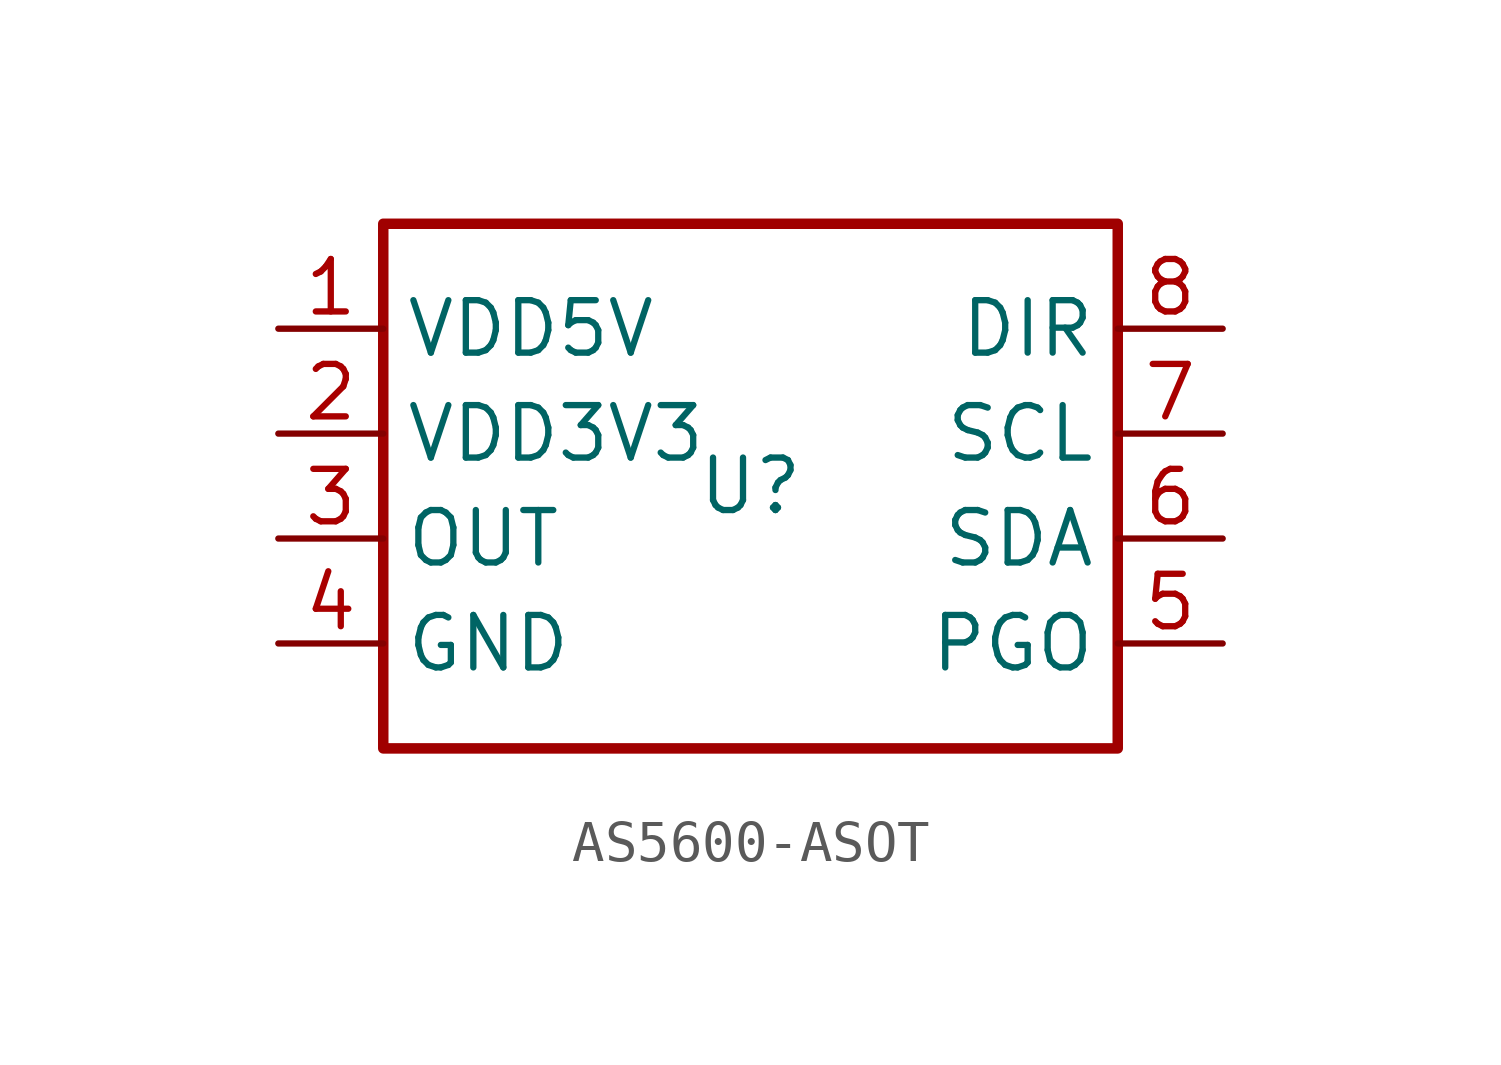
<source format=kicad_sym>
(kicad_symbol_lib
  (version 20241209)
  (generator "kicad_symbol_editor")
  (generator_version "9.0")
  (symbol "AS5600-ASOT"
    (property "Reference" "U"
      (at 0 0 0)
      (effects (font (size 1.27 1.27))))
    (property "Value" ""
      (at 0 0 0)
      (effects (font (size 1.27 1.27))))
    (symbol "AS5600-ASOT_1_0"
      (rectangle (start -8.89 6.35) (end 8.89 -6.35) (stroke (width 0.254) (type solid) (color 160 0 0 1)) (fill (type none)))
      (pin unspecified line (at -11.43 3.81 0) (length 2.54) (name "VDD5V" (effects (font (size 1.27 1.27)))) (number "1" (effects (font (size 1.27 1.27)))))
      (pin unspecified line (at -11.43 1.27 0) (length 2.54) (name "VDD3V3" (effects (font (size 1.27 1.27)))) (number "2" (effects (font (size 1.27 1.27)))))
      (pin unspecified line (at -11.43 -1.27 0) (length 2.54) (name "OUT" (effects (font (size 1.27 1.27)))) (number "3" (effects (font (size 1.27 1.27)))))
      (pin unspecified line (at -11.43 -3.81 0) (length 2.54) (name "GND" (effects (font (size 1.27 1.27)))) (number "4" (effects (font (size 1.27 1.27)))))
      (pin unspecified line (at 11.43 3.81 180) (length 2.54) (name "DIR" (effects (font (size 1.27 1.27)))) (number "8" (effects (font (size 1.27 1.27)))))
      (pin unspecified line (at 11.43 1.27 180) (length 2.54) (name "SCL" (effects (font (size 1.27 1.27)))) (number "7" (effects (font (size 1.27 1.27)))))
      (pin unspecified line (at 11.43 -1.27 180) (length 2.54) (name "SDA" (effects (font (size 1.27 1.27)))) (number "6" (effects (font (size 1.27 1.27)))))
      (pin unspecified line (at 11.43 -3.81 180) (length 2.54) (name "PGO" (effects (font (size 1.27 1.27)))) (number "5" (effects (font (size 1.27 1.27))))))))
</source>
